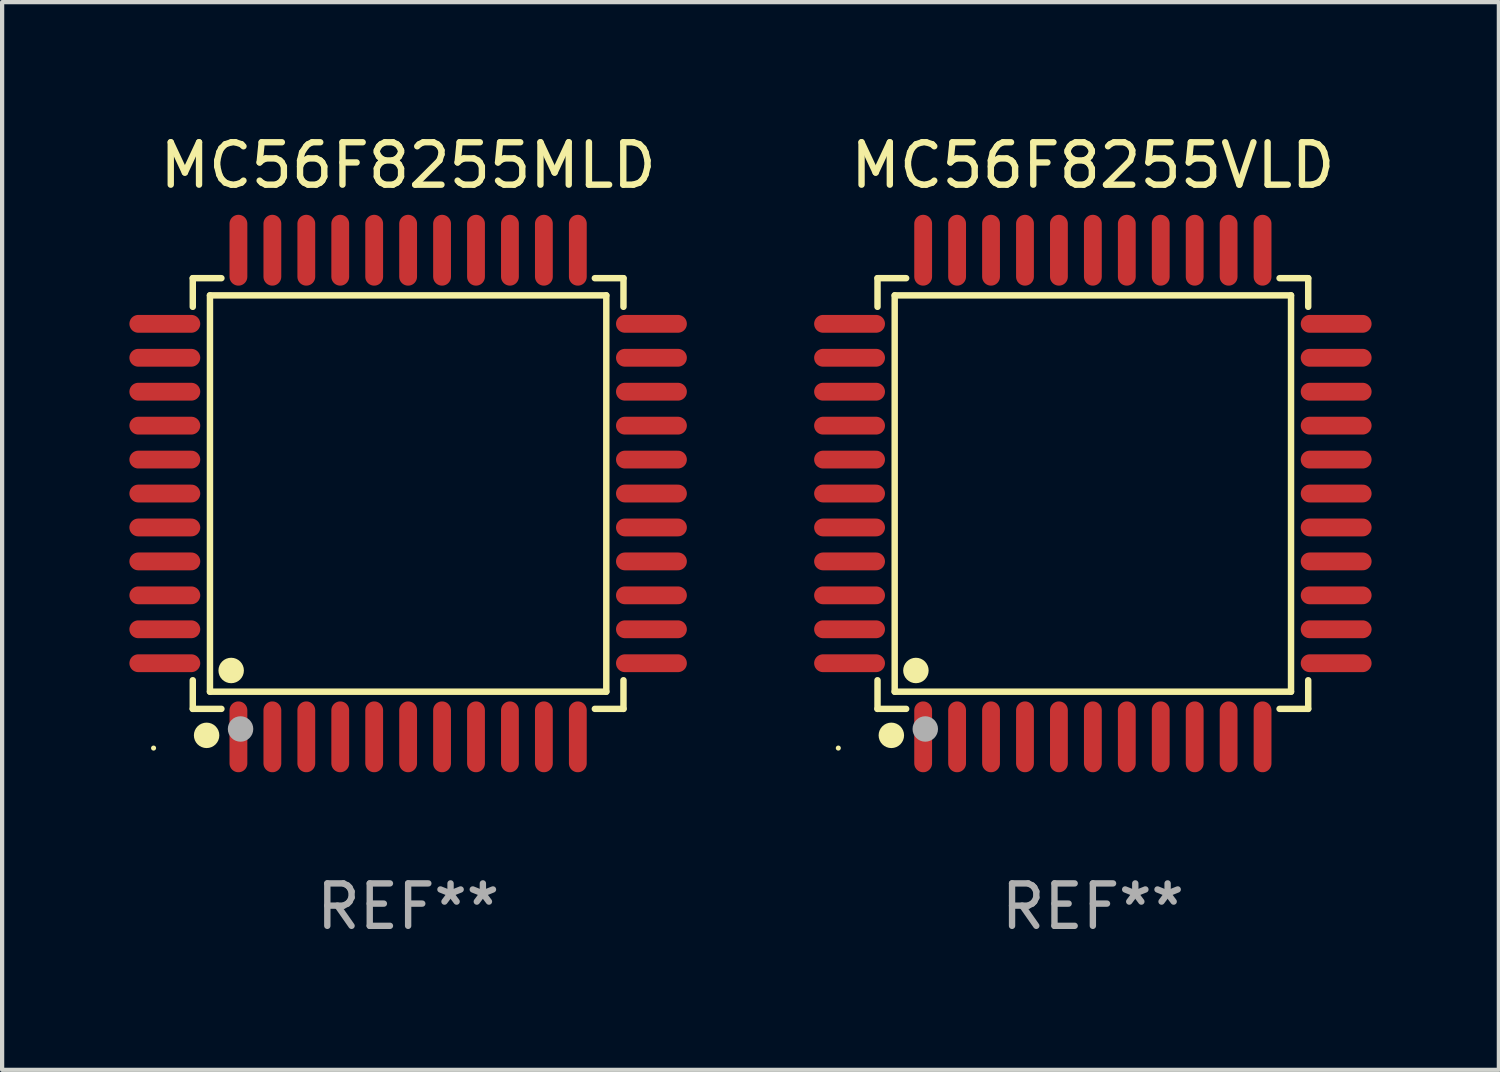
<source format=kicad_pcb>
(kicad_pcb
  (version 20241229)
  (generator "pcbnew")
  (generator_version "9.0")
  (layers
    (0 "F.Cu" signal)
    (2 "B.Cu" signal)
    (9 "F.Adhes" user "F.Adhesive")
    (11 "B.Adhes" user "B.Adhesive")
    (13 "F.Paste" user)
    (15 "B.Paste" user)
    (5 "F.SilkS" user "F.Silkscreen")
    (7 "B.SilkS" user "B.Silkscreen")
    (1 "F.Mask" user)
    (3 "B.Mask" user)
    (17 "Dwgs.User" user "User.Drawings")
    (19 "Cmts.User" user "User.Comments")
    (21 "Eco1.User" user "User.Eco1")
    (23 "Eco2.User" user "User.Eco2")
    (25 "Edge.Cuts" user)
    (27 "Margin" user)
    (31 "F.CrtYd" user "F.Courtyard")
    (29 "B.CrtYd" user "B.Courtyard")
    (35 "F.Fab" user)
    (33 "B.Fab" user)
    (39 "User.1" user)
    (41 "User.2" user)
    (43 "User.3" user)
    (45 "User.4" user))
  (footprint "MC56F8255MLD"
    (layer "F.Cu")
    (at 6.57 8.583)
    (property "Reference" "MC56F8255MLD" (at 0 -7.735 0) (layer "F.SilkS") (effects (font (size 1 1) (thickness 0.15))))
    (attr through_hole)
    (fp_line (start -5.076 -5.076) (end -4.401 -5.076) (stroke (width 0.152) (type solid)) (layer "F.SilkS"))
    (fp_line (start -5.076 -4.401) (end -5.076 -5.076) (stroke (width 0.152) (type solid)) (layer "F.SilkS"))
    (fp_line (start -5.076 4.401) (end -5.076 5.076) (stroke (width 0.152) (type solid)) (layer "F.SilkS"))
    (fp_line (start -5.076 5.076) (end -4.401 5.076) (stroke (width 0.152) (type solid)) (layer "F.SilkS"))
    (fp_line (start -4.671 -4.671) (end 4.671 -4.671) (stroke (width 0.152) (type solid)) (layer "F.SilkS"))
    (fp_line (start -4.671 4.671) (end -4.671 -4.671) (stroke (width 0.152) (type solid)) (layer "F.SilkS"))
    (fp_line (start 4.671 -4.671) (end 4.671 4.671) (stroke (width 0.152) (type solid)) (layer "F.SilkS"))
    (fp_line (start 4.671 4.671) (end -4.671 4.671) (stroke (width 0.152) (type solid)) (layer "F.SilkS"))
    (fp_line (start 5.076 -5.076) (end 4.401 -5.076) (stroke (width 0.152) (type solid)) (layer "F.SilkS"))
    (fp_line (start 5.076 -4.401) (end 5.076 -5.076) (stroke (width 0.152) (type solid)) (layer "F.SilkS"))
    (fp_line (start 5.076 4.401) (end 5.076 5.076) (stroke (width 0.152) (type solid)) (layer "F.SilkS"))
    (fp_line (start 5.076 5.076) (end 4.401 5.076) (stroke (width 0.152) (type solid)) (layer "F.SilkS"))
    (fp_circle (center -6 6) (end -5.97 6) (stroke (width 0.06) (type solid)) (fill no) (layer "F.SilkS"))
    (fp_circle (center -4.75 5.7) (end -4.6 5.7) (stroke (width 0.3) (type solid)) (fill no) (layer "F.SilkS"))
    (fp_circle (center -4.171 4.171) (end -4.021 4.171) (stroke (width 0.3) (type solid)) (fill no) (layer "F.SilkS"))
    (fp_circle (center -3.95 5.55) (end -3.8 5.55) (stroke (width 0.3) (type solid)) (fill no) (layer "F.Fab"))
    (fp_text user "REF**" (at 0 9.735 0) (layer "F.Fab") (effects (font (size 1 1) (thickness 0.15))))
    (pad "1" smd oval (at -4 5.735) (size 0.42 1.67) (layers "F.Cu" "F.Mask" "F.Paste"))
    (pad "2" smd oval (at -3.2 5.735) (size 0.42 1.67) (layers "F.Cu" "F.Mask" "F.Paste"))
    (pad "3" smd oval (at -2.4 5.735) (size 0.42 1.67) (layers "F.Cu" "F.Mask" "F.Paste"))
    (pad "4" smd oval (at -1.6 5.735) (size 0.42 1.67) (layers "F.Cu" "F.Mask" "F.Paste"))
    (pad "5" smd oval (at -0.8 5.735) (size 0.42 1.67) (layers "F.Cu" "F.Mask" "F.Paste"))
    (pad "6" smd oval (at 0 5.735) (size 0.42 1.67) (layers "F.Cu" "F.Mask" "F.Paste"))
    (pad "7" smd oval (at 0.8 5.735) (size 0.42 1.67) (layers "F.Cu" "F.Mask" "F.Paste"))
    (pad "8" smd oval (at 1.6 5.735) (size 0.42 1.67) (layers "F.Cu" "F.Mask" "F.Paste"))
    (pad "9" smd oval (at 2.4 5.735) (size 0.42 1.67) (layers "F.Cu" "F.Mask" "F.Paste"))
    (pad "10" smd oval (at 3.2 5.735) (size 0.42 1.67) (layers "F.Cu" "F.Mask" "F.Paste"))
    (pad "11" smd oval (at 4 5.735) (size 0.42 1.67) (layers "F.Cu" "F.Mask" "F.Paste"))
    (pad "12" smd oval (at 5.735 4) (size 1.67 0.42) (layers "F.Cu" "F.Mask" "F.Paste"))
    (pad "13" smd oval (at 5.735 3.2) (size 1.67 0.42) (layers "F.Cu" "F.Mask" "F.Paste"))
    (pad "14" smd oval (at 5.735 2.4) (size 1.67 0.42) (layers "F.Cu" "F.Mask" "F.Paste"))
    (pad "15" smd oval (at 5.735 1.6) (size 1.67 0.42) (layers "F.Cu" "F.Mask" "F.Paste"))
    (pad "16" smd oval (at 5.735 0.8) (size 1.67 0.42) (layers "F.Cu" "F.Mask" "F.Paste"))
    (pad "17" smd oval (at 5.735 0) (size 1.67 0.42) (layers "F.Cu" "F.Mask" "F.Paste"))
    (pad "18" smd oval (at 5.735 -0.8) (size 1.67 0.42) (layers "F.Cu" "F.Mask" "F.Paste"))
    (pad "19" smd oval (at 5.735 -1.6) (size 1.67 0.42) (layers "F.Cu" "F.Mask" "F.Paste"))
    (pad "20" smd oval (at 5.735 -2.4) (size 1.67 0.42) (layers "F.Cu" "F.Mask" "F.Paste"))
    (pad "21" smd oval (at 5.735 -3.2) (size 1.67 0.42) (layers "F.Cu" "F.Mask" "F.Paste"))
    (pad "22" smd oval (at 5.735 -4) (size 1.67 0.42) (layers "F.Cu" "F.Mask" "F.Paste"))
    (pad "23" smd oval (at 4 -5.735) (size 0.42 1.67) (layers "F.Cu" "F.Mask" "F.Paste"))
    (pad "24" smd oval (at 3.2 -5.735) (size 0.42 1.67) (layers "F.Cu" "F.Mask" "F.Paste"))
    (pad "25" smd oval (at 2.4 -5.735) (size 0.42 1.67) (layers "F.Cu" "F.Mask" "F.Paste"))
    (pad "26" smd oval (at 1.6 -5.735) (size 0.42 1.67) (layers "F.Cu" "F.Mask" "F.Paste"))
    (pad "27" smd oval (at 0.8 -5.735) (size 0.42 1.67) (layers "F.Cu" "F.Mask" "F.Paste"))
    (pad "28" smd oval (at 0 -5.735) (size 0.42 1.67) (layers "F.Cu" "F.Mask" "F.Paste"))
    (pad "29" smd oval (at -0.8 -5.735) (size 0.42 1.67) (layers "F.Cu" "F.Mask" "F.Paste"))
    (pad "30" smd oval (at -1.6 -5.735) (size 0.42 1.67) (layers "F.Cu" "F.Mask" "F.Paste"))
    (pad "31" smd oval (at -2.4 -5.735) (size 0.42 1.67) (layers "F.Cu" "F.Mask" "F.Paste"))
    (pad "32" smd oval (at -3.2 -5.735) (size 0.42 1.67) (layers "F.Cu" "F.Mask" "F.Paste"))
    (pad "33" smd oval (at -4 -5.735) (size 0.42 1.67) (layers "F.Cu" "F.Mask" "F.Paste"))
    (pad "34" smd oval (at -5.735 -4) (size 1.67 0.42) (layers "F.Cu" "F.Mask" "F.Paste"))
    (pad "35" smd oval (at -5.735 -3.2) (size 1.67 0.42) (layers "F.Cu" "F.Mask" "F.Paste"))
    (pad "36" smd oval (at -5.735 -2.4) (size 1.67 0.42) (layers "F.Cu" "F.Mask" "F.Paste"))
    (pad "37" smd oval (at -5.735 -1.6) (size 1.67 0.42) (layers "F.Cu" "F.Mask" "F.Paste"))
    (pad "38" smd oval (at -5.735 -0.8) (size 1.67 0.42) (layers "F.Cu" "F.Mask" "F.Paste"))
    (pad "39" smd oval (at -5.735 0) (size 1.67 0.42) (layers "F.Cu" "F.Mask" "F.Paste"))
    (pad "40" smd oval (at -5.735 0.8) (size 1.67 0.42) (layers "F.Cu" "F.Mask" "F.Paste"))
    (pad "41" smd oval (at -5.735 1.6) (size 1.67 0.42) (layers "F.Cu" "F.Mask" "F.Paste"))
    (pad "42" smd oval (at -5.735 2.4) (size 1.67 0.42) (layers "F.Cu" "F.Mask" "F.Paste"))
    (pad "43" smd oval (at -5.735 3.2) (size 1.67 0.42) (layers "F.Cu" "F.Mask" "F.Paste"))
    (pad "44" smd oval (at -5.735 4) (size 1.67 0.42) (layers "F.Cu" "F.Mask" "F.Paste")))
  (footprint "MC56F8255VLD"
    (layer "F.Cu")
    (at 22.71 8.583)
    (property "Reference" "MC56F8255VLD" (at 0 -7.735 0) (layer "F.SilkS") (effects (font (size 1 1) (thickness 0.15))))
    (attr through_hole)
    (fp_line (start -5.076 -5.076) (end -4.401 -5.076) (stroke (width 0.152) (type solid)) (layer "F.SilkS"))
    (fp_line (start -5.076 -4.401) (end -5.076 -5.076) (stroke (width 0.152) (type solid)) (layer "F.SilkS"))
    (fp_line (start -5.076 4.401) (end -5.076 5.076) (stroke (width 0.152) (type solid)) (layer "F.SilkS"))
    (fp_line (start -5.076 5.076) (end -4.401 5.076) (stroke (width 0.152) (type solid)) (layer "F.SilkS"))
    (fp_line (start -4.671 -4.671) (end 4.671 -4.671) (stroke (width 0.152) (type solid)) (layer "F.SilkS"))
    (fp_line (start -4.671 4.671) (end -4.671 -4.671) (stroke (width 0.152) (type solid)) (layer "F.SilkS"))
    (fp_line (start 4.671 -4.671) (end 4.671 4.671) (stroke (width 0.152) (type solid)) (layer "F.SilkS"))
    (fp_line (start 4.671 4.671) (end -4.671 4.671) (stroke (width 0.152) (type solid)) (layer "F.SilkS"))
    (fp_line (start 5.076 -5.076) (end 4.401 -5.076) (stroke (width 0.152) (type solid)) (layer "F.SilkS"))
    (fp_line (start 5.076 -4.401) (end 5.076 -5.076) (stroke (width 0.152) (type solid)) (layer "F.SilkS"))
    (fp_line (start 5.076 4.401) (end 5.076 5.076) (stroke (width 0.152) (type solid)) (layer "F.SilkS"))
    (fp_line (start 5.076 5.076) (end 4.401 5.076) (stroke (width 0.152) (type solid)) (layer "F.SilkS"))
    (fp_circle (center -6 6) (end -5.97 6) (stroke (width 0.06) (type solid)) (fill no) (layer "F.SilkS"))
    (fp_circle (center -4.75 5.7) (end -4.6 5.7) (stroke (width 0.3) (type solid)) (fill no) (layer "F.SilkS"))
    (fp_circle (center -4.171 4.171) (end -4.021 4.171) (stroke (width 0.3) (type solid)) (fill no) (layer "F.SilkS"))
    (fp_circle (center -3.95 5.55) (end -3.8 5.55) (stroke (width 0.3) (type solid)) (fill no) (layer "F.Fab"))
    (fp_text user "REF**" (at 0 9.735 0) (layer "F.Fab") (effects (font (size 1 1) (thickness 0.15))))
    (pad "1" smd oval (at -4 5.735) (size 0.42 1.67) (layers "F.Cu" "F.Mask" "F.Paste"))
    (pad "2" smd oval (at -3.2 5.735) (size 0.42 1.67) (layers "F.Cu" "F.Mask" "F.Paste"))
    (pad "3" smd oval (at -2.4 5.735) (size 0.42 1.67) (layers "F.Cu" "F.Mask" "F.Paste"))
    (pad "4" smd oval (at -1.6 5.735) (size 0.42 1.67) (layers "F.Cu" "F.Mask" "F.Paste"))
    (pad "5" smd oval (at -0.8 5.735) (size 0.42 1.67) (layers "F.Cu" "F.Mask" "F.Paste"))
    (pad "6" smd oval (at 0 5.735) (size 0.42 1.67) (layers "F.Cu" "F.Mask" "F.Paste"))
    (pad "7" smd oval (at 0.8 5.735) (size 0.42 1.67) (layers "F.Cu" "F.Mask" "F.Paste"))
    (pad "8" smd oval (at 1.6 5.735) (size 0.42 1.67) (layers "F.Cu" "F.Mask" "F.Paste"))
    (pad "9" smd oval (at 2.4 5.735) (size 0.42 1.67) (layers "F.Cu" "F.Mask" "F.Paste"))
    (pad "10" smd oval (at 3.2 5.735) (size 0.42 1.67) (layers "F.Cu" "F.Mask" "F.Paste"))
    (pad "11" smd oval (at 4 5.735) (size 0.42 1.67) (layers "F.Cu" "F.Mask" "F.Paste"))
    (pad "12" smd oval (at 5.735 4) (size 1.67 0.42) (layers "F.Cu" "F.Mask" "F.Paste"))
    (pad "13" smd oval (at 5.735 3.2) (size 1.67 0.42) (layers "F.Cu" "F.Mask" "F.Paste"))
    (pad "14" smd oval (at 5.735 2.4) (size 1.67 0.42) (layers "F.Cu" "F.Mask" "F.Paste"))
    (pad "15" smd oval (at 5.735 1.6) (size 1.67 0.42) (layers "F.Cu" "F.Mask" "F.Paste"))
    (pad "16" smd oval (at 5.735 0.8) (size 1.67 0.42) (layers "F.Cu" "F.Mask" "F.Paste"))
    (pad "17" smd oval (at 5.735 0) (size 1.67 0.42) (layers "F.Cu" "F.Mask" "F.Paste"))
    (pad "18" smd oval (at 5.735 -0.8) (size 1.67 0.42) (layers "F.Cu" "F.Mask" "F.Paste"))
    (pad "19" smd oval (at 5.735 -1.6) (size 1.67 0.42) (layers "F.Cu" "F.Mask" "F.Paste"))
    (pad "20" smd oval (at 5.735 -2.4) (size 1.67 0.42) (layers "F.Cu" "F.Mask" "F.Paste"))
    (pad "21" smd oval (at 5.735 -3.2) (size 1.67 0.42) (layers "F.Cu" "F.Mask" "F.Paste"))
    (pad "22" smd oval (at 5.735 -4) (size 1.67 0.42) (layers "F.Cu" "F.Mask" "F.Paste"))
    (pad "23" smd oval (at 4 -5.735) (size 0.42 1.67) (layers "F.Cu" "F.Mask" "F.Paste"))
    (pad "24" smd oval (at 3.2 -5.735) (size 0.42 1.67) (layers "F.Cu" "F.Mask" "F.Paste"))
    (pad "25" smd oval (at 2.4 -5.735) (size 0.42 1.67) (layers "F.Cu" "F.Mask" "F.Paste"))
    (pad "26" smd oval (at 1.6 -5.735) (size 0.42 1.67) (layers "F.Cu" "F.Mask" "F.Paste"))
    (pad "27" smd oval (at 0.8 -5.735) (size 0.42 1.67) (layers "F.Cu" "F.Mask" "F.Paste"))
    (pad "28" smd oval (at 0 -5.735) (size 0.42 1.67) (layers "F.Cu" "F.Mask" "F.Paste"))
    (pad "29" smd oval (at -0.8 -5.735) (size 0.42 1.67) (layers "F.Cu" "F.Mask" "F.Paste"))
    (pad "30" smd oval (at -1.6 -5.735) (size 0.42 1.67) (layers "F.Cu" "F.Mask" "F.Paste"))
    (pad "31" smd oval (at -2.4 -5.735) (size 0.42 1.67) (layers "F.Cu" "F.Mask" "F.Paste"))
    (pad "32" smd oval (at -3.2 -5.735) (size 0.42 1.67) (layers "F.Cu" "F.Mask" "F.Paste"))
    (pad "33" smd oval (at -4 -5.735) (size 0.42 1.67) (layers "F.Cu" "F.Mask" "F.Paste"))
    (pad "34" smd oval (at -5.735 -4) (size 1.67 0.42) (layers "F.Cu" "F.Mask" "F.Paste"))
    (pad "35" smd oval (at -5.735 -3.2) (size 1.67 0.42) (layers "F.Cu" "F.Mask" "F.Paste"))
    (pad "36" smd oval (at -5.735 -2.4) (size 1.67 0.42) (layers "F.Cu" "F.Mask" "F.Paste"))
    (pad "37" smd oval (at -5.735 -1.6) (size 1.67 0.42) (layers "F.Cu" "F.Mask" "F.Paste"))
    (pad "38" smd oval (at -5.735 -0.8) (size 1.67 0.42) (layers "F.Cu" "F.Mask" "F.Paste"))
    (pad "39" smd oval (at -5.735 0) (size 1.67 0.42) (layers "F.Cu" "F.Mask" "F.Paste"))
    (pad "40" smd oval (at -5.735 0.8) (size 1.67 0.42) (layers "F.Cu" "F.Mask" "F.Paste"))
    (pad "41" smd oval (at -5.735 1.6) (size 1.67 0.42) (layers "F.Cu" "F.Mask" "F.Paste"))
    (pad "42" smd oval (at -5.735 2.4) (size 1.67 0.42) (layers "F.Cu" "F.Mask" "F.Paste"))
    (pad "43" smd oval (at -5.735 3.2) (size 1.67 0.42) (layers "F.Cu" "F.Mask" "F.Paste"))
    (pad "44" smd oval (at -5.735 4) (size 1.67 0.42) (layers "F.Cu" "F.Mask" "F.Paste")))
  (gr_rect
    (start -3 -3)
    (end 32.28 22.167)
    (stroke (width 0.1) (type default))
    (fill no)
    (layer "Edge.Cuts")))
</source>
